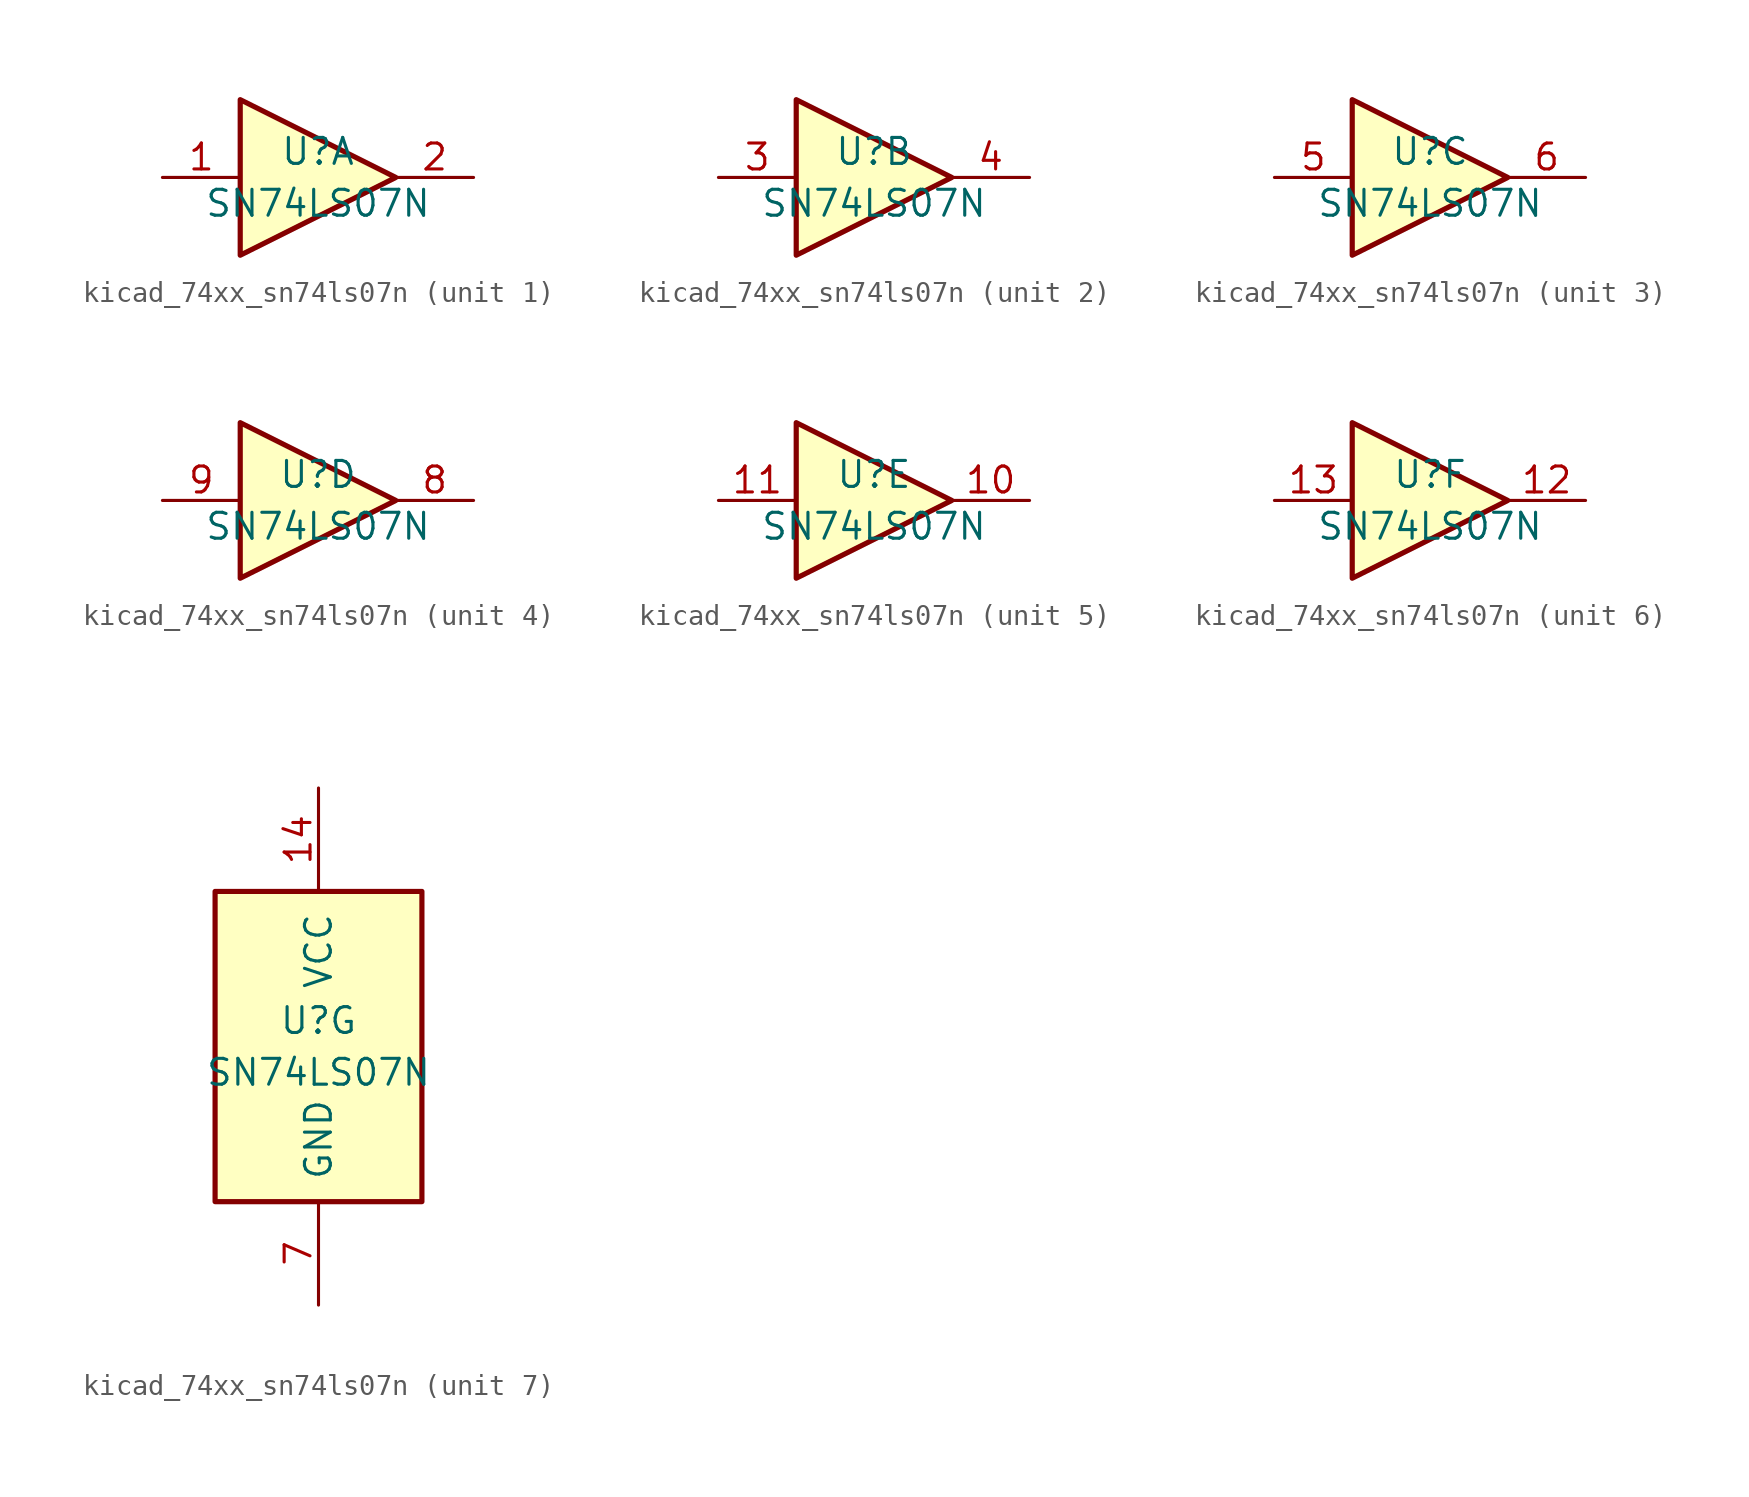
<source format=kicad_sym>
(kicad_symbol_lib
  (version 20220914)
  (generator kicad_symbol_editor)
  (symbol "kicad_74xx_sn74ls07n"
    (pin_names
      (offset 1.016))
    (property "Reference" "U"
      (at 0 1.27 0)
      (effects (font (size 1.27 1.27))))
    (property "Value" "SN74LS07N"
      (at 0 -1.27 0)
      (effects (font (size 1.27 1.27))))
    (property "ki_locked" ""
      (at 0 0 0)
      (effects (font (size 1.27 1.27))))
    (symbol "kicad_74xx_sn74ls07n_1_0"
      (polyline (pts (xy -3.81 3.81) (xy -3.81 -3.81) (xy 3.81 0) (xy -3.81 3.81)) (stroke (width 0.254) (type default)) (fill (type background)))
      (pin input line (at -7.62 0 0) (length 3.81) (name "~" (effects (font (size 1.27 1.27)))) (number "1" (effects (font (size 1.27 1.27)))))
      (pin open_collector line (at 7.62 0 180) (length 3.81) (name "~" (effects (font (size 1.27 1.27)))) (number "2" (effects (font (size 1.27 1.27))))))
    (symbol "kicad_74xx_sn74ls07n_2_0"
      (polyline (pts (xy -3.81 3.81) (xy -3.81 -3.81) (xy 3.81 0) (xy -3.81 3.81)) (stroke (width 0.254) (type default)) (fill (type background)))
      (pin input line (at -7.62 0 0) (length 3.81) (name "~" (effects (font (size 1.27 1.27)))) (number "3" (effects (font (size 1.27 1.27)))))
      (pin open_collector line (at 7.62 0 180) (length 3.81) (name "~" (effects (font (size 1.27 1.27)))) (number "4" (effects (font (size 1.27 1.27))))))
    (symbol "kicad_74xx_sn74ls07n_3_0"
      (polyline (pts (xy -3.81 3.81) (xy -3.81 -3.81) (xy 3.81 0) (xy -3.81 3.81)) (stroke (width 0.254) (type default)) (fill (type background)))
      (pin input line (at -7.62 0 0) (length 3.81) (name "~" (effects (font (size 1.27 1.27)))) (number "5" (effects (font (size 1.27 1.27)))))
      (pin open_collector line (at 7.62 0 180) (length 3.81) (name "~" (effects (font (size 1.27 1.27)))) (number "6" (effects (font (size 1.27 1.27))))))
    (symbol "kicad_74xx_sn74ls07n_4_0"
      (polyline (pts (xy -3.81 3.81) (xy -3.81 -3.81) (xy 3.81 0) (xy -3.81 3.81)) (stroke (width 0.254) (type default)) (fill (type background)))
      (pin open_collector line (at 7.62 0 180) (length 3.81) (name "~" (effects (font (size 1.27 1.27)))) (number "8" (effects (font (size 1.27 1.27)))))
      (pin input line (at -7.62 0 0) (length 3.81) (name "~" (effects (font (size 1.27 1.27)))) (number "9" (effects (font (size 1.27 1.27))))))
    (symbol "kicad_74xx_sn74ls07n_5_0"
      (polyline (pts (xy -3.81 3.81) (xy -3.81 -3.81) (xy 3.81 0) (xy -3.81 3.81)) (stroke (width 0.254) (type default)) (fill (type background)))
      (pin open_collector line (at 7.62 0 180) (length 3.81) (name "~" (effects (font (size 1.27 1.27)))) (number "10" (effects (font (size 1.27 1.27)))))
      (pin input line (at -7.62 0 0) (length 3.81) (name "~" (effects (font (size 1.27 1.27)))) (number "11" (effects (font (size 1.27 1.27))))))
    (symbol "kicad_74xx_sn74ls07n_6_0"
      (polyline (pts (xy -3.81 3.81) (xy -3.81 -3.81) (xy 3.81 0) (xy -3.81 3.81)) (stroke (width 0.254) (type default)) (fill (type background)))
      (pin open_collector line (at 7.62 0 180) (length 3.81) (name "~" (effects (font (size 1.27 1.27)))) (number "12" (effects (font (size 1.27 1.27)))))
      (pin input line (at -7.62 0 0) (length 3.81) (name "~" (effects (font (size 1.27 1.27)))) (number "13" (effects (font (size 1.27 1.27))))))
    (symbol "kicad_74xx_sn74ls07n_7_0"
      (pin power_in line (at 0 12.7 270) (length 5.08) (name "VCC" (effects (font (size 1.27 1.27)))) (number "14" (effects (font (size 1.27 1.27)))))
      (pin power_in line (at 0 -12.7 90) (length 5.08) (name "GND" (effects (font (size 1.27 1.27)))) (number "7" (effects (font (size 1.27 1.27))))))
    (symbol "kicad_74xx_sn74ls07n_7_1"
      (rectangle (start -5.08 7.62) (end 5.08 -7.62) (stroke (width 0.254) (type default)) (fill (type background))))))
</source>
